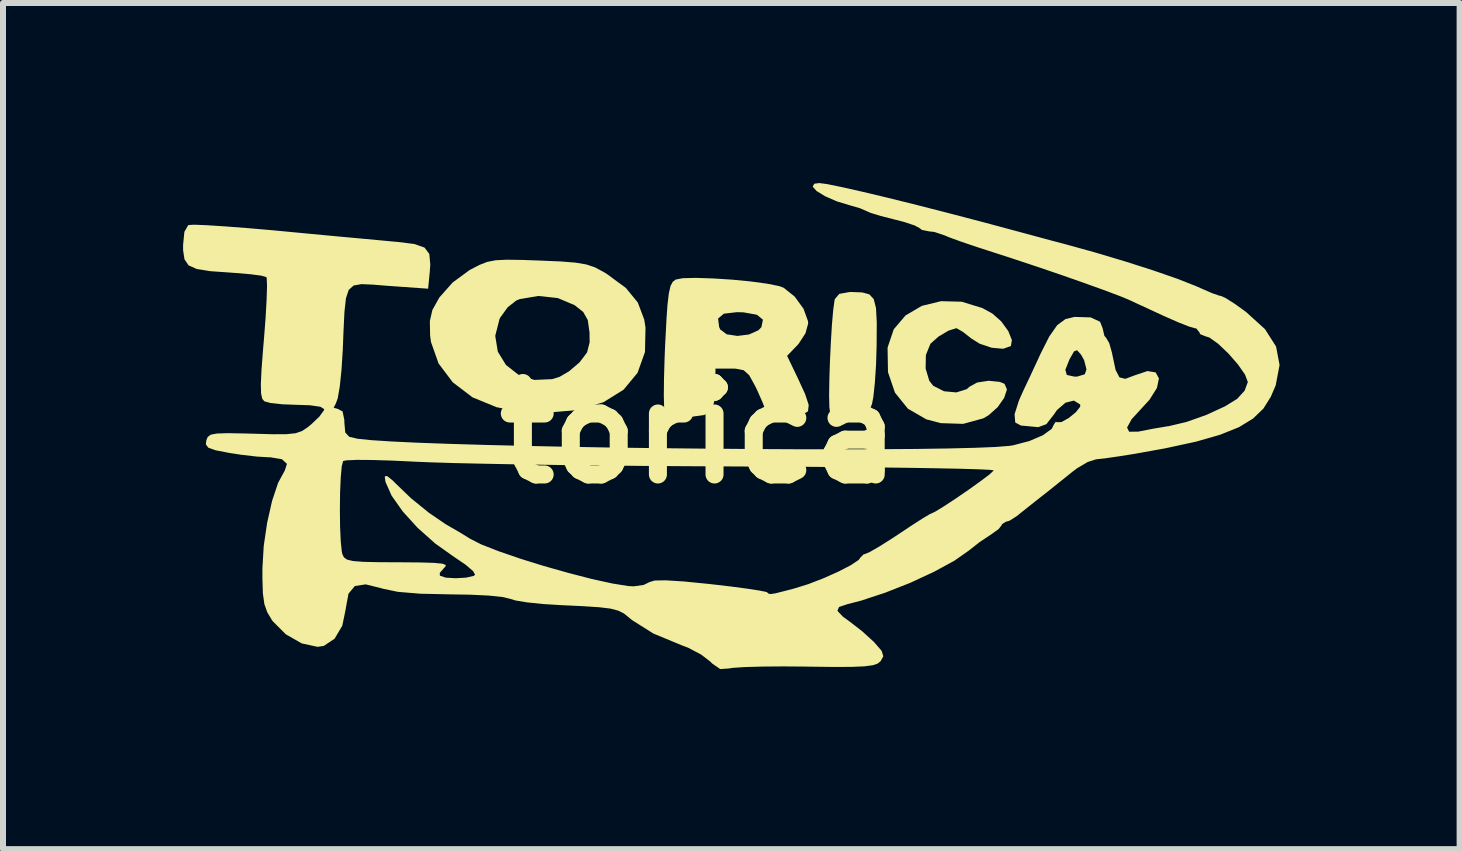
<source format=kicad_pcb>
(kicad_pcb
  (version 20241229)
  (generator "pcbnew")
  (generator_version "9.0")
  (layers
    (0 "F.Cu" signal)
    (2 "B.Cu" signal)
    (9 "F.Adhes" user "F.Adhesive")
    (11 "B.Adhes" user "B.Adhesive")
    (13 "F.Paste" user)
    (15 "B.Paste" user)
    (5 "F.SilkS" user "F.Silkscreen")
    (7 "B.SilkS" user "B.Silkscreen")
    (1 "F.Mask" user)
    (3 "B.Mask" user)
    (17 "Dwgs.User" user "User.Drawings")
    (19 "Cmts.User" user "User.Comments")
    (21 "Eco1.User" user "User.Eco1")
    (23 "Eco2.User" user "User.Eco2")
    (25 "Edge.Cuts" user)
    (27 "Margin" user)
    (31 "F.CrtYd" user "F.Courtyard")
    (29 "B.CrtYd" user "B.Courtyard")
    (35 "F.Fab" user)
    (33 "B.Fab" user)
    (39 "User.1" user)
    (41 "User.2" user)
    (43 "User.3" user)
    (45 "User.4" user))
  (footprint "torica"
    (layer "F.Cu")
    (at 8.601 4.166)
    (property "Reference" "torica" (at 0 0 0) (layer "F.SilkS") (effects (font (size 1.524 1.524) (thickness 0.3))))
    (attr board_only exclude_from_pos_files exclude_from_bom)
    (fp_poly (pts (xy 2.715 -2.344) (xy 2.833 -2.312) (xy 2.906 -2.233) (xy 2.944 -2.085) (xy 2.957 -1.846) (xy 2.955 -1.497) (xy 2.955 -1.471) (xy 2.945 -1.14) (xy 2.925 -0.838) (xy 2.9 -0.602) (xy 2.878 -0.487) (xy 2.825 -0.35) (xy 2.744 -0.287) (xy 2.592 -0.269) (xy 2.519 -0.269) (xy 2.329 -0.285) (xy 2.201 -0.324) (xy 2.179 -0.344) (xy 2.167 -0.434) (xy 2.163 -0.627) (xy 2.167 -0.892) (xy 2.177 -1.198) (xy 2.192 -1.513) (xy 2.21 -1.808) (xy 2.231 -2.05) (xy 2.253 -2.209) (xy 2.259 -2.234) (xy 2.333 -2.32) (xy 2.502 -2.35) (xy 2.541 -2.351)) (stroke (width 0) (type solid)) (fill yes) (layer "F.SilkS"))
    (fp_poly (pts (xy 4.372 -2.189) (xy 4.717 -2.083) (xy 4.884 -1.991) (xy 5.032 -1.86) (xy 5.148 -1.7) (xy 5.208 -1.55) (xy 5.191 -1.45) (xy 5.063 -1.405) (xy 4.873 -1.422) (xy 4.67 -1.49) (xy 4.529 -1.579) (xy 4.39 -1.688) (xy 4.291 -1.745) (xy 4.279 -1.747) (xy 4.15 -1.706) (xy 3.988 -1.61) (xy 3.859 -1.496) (xy 3.849 -1.484) (xy 3.775 -1.3) (xy 3.771 -1.075) (xy 3.832 -0.872) (xy 3.898 -0.788) (xy 4.078 -0.697) (xy 4.283 -0.678) (xy 4.456 -0.732) (xy 4.502 -0.773) (xy 4.63 -0.843) (xy 4.821 -0.872) (xy 5.008 -0.853) (xy 5.086 -0.821) (xy 5.126 -0.728) (xy 5.08 -0.588) (xy 4.971 -0.432) (xy 4.818 -0.296) (xy 4.732 -0.246) (xy 4.396 -0.154) (xy 4.021 -0.166) (xy 3.783 -0.229) (xy 3.476 -0.406) (xy 3.26 -0.674) (xy 3.144 -1.015) (xy 3.137 -1.413) (xy 3.14 -1.434) (xy 3.24 -1.73) (xy 3.437 -1.961) (xy 3.708 -2.12) (xy 4.028 -2.198)) (stroke (width 0) (type solid)) (fill yes) (layer "F.SilkS"))
    (fp_poly (pts (xy -2.942 -2.885) (xy -2.663 -2.875) (xy -2.311 -2.86) (xy -2.062 -2.84) (xy -1.883 -2.81) (xy -1.742 -2.763) (xy -1.607 -2.692) (xy -1.535 -2.648) (xy -1.224 -2.419) (xy -1.025 -2.177) (xy -0.918 -1.894) (xy -0.896 -1.759) (xy -0.905 -1.351) (xy -1.029 -1.004) (xy -1.262 -0.723) (xy -1.596 -0.515) (xy -2.024 -0.385) (xy -2.539 -0.34) (xy -2.573 -0.341) (xy -2.873 -0.356) (xy -3.172 -0.391) (xy -3.379 -0.432) (xy -3.779 -0.596) (xy -4.107 -0.846) (xy -4.344 -1.16) (xy -4.471 -1.52) (xy -4.484 -1.62) (xy -3.4 -1.62) (xy -3.357 -1.357) (xy -3.221 -1.135) (xy -3.011 -0.971) (xy -2.748 -0.886) (xy -2.452 -0.899) (xy -2.329 -0.937) (xy -2.171 -1.029) (xy -2.004 -1.171) (xy -1.987 -1.189) (xy -1.87 -1.344) (xy -1.827 -1.512) (xy -1.829 -1.678) (xy -1.858 -1.884) (xy -1.934 -2.018) (xy -2.076 -2.131) (xy -2.357 -2.25) (xy -2.683 -2.285) (xy -2.993 -2.232) (xy -3.051 -2.208) (xy -3.193 -2.096) (xy -3.317 -1.924) (xy -3.328 -1.903) (xy -3.4 -1.62) (xy -4.484 -1.62) (xy -4.485 -1.627) (xy -4.489 -1.868) (xy -4.447 -2.051) (xy -4.338 -2.247) (xy -4.327 -2.264) (xy -4.109 -2.51) (xy -3.828 -2.716) (xy -3.809 -2.726) (xy -3.663 -2.802) (xy -3.535 -2.852) (xy -3.393 -2.88) (xy -3.206 -2.889)) (stroke (width 0) (type solid)) (fill yes) (layer "F.SilkS"))
    (fp_poly (pts (xy 0.229 -2.577) (xy 0.543 -2.557) (xy 0.854 -2.527) (xy 1.127 -2.49) (xy 1.329 -2.45) (xy 1.405 -2.422) (xy 1.589 -2.275) (xy 1.737 -2.071) (xy 1.811 -1.866) (xy 1.814 -1.826) (xy 1.769 -1.663) (xy 1.657 -1.491) (xy 1.639 -1.47) (xy 1.463 -1.287) (xy 1.635 -0.929) (xy 1.763 -0.651) (xy 1.823 -0.469) (xy 1.811 -0.363) (xy 1.722 -0.309) (xy 1.551 -0.286) (xy 1.494 -0.282) (xy 1.28 -0.278) (xy 1.164 -0.302) (xy 1.11 -0.365) (xy 1.104 -0.383) (xy 1.053 -0.515) (xy 0.968 -0.707) (xy 0.928 -0.79) (xy 0.831 -0.965) (xy 0.739 -1.048) (xy 0.603 -1.074) (xy 0.528 -1.075) (xy 0.269 -1.075) (xy 0.269 -0.753) (xy 0.253 -0.545) (xy 0.213 -0.389) (xy 0.188 -0.349) (xy 0.075 -0.3) (xy -0.109 -0.275) (xy -0.313 -0.273) (xy -0.486 -0.295) (xy -0.574 -0.341) (xy -0.586 -0.43) (xy -0.591 -0.628) (xy -0.588 -0.91) (xy -0.578 -1.252) (xy -0.57 -1.451) (xy -0.549 -1.851) (xy -0.546 -1.909) (xy 0.313 -1.909) (xy 0.331 -1.767) (xy 0.349 -1.727) (xy 0.457 -1.646) (xy 0.635 -1.619) (xy 0.828 -1.643) (xy 0.986 -1.714) (xy 1.035 -1.766) (xy 1.06 -1.89) (xy 0.96 -1.972) (xy 0.737 -2.012) (xy 0.627 -2.015) (xy 0.41 -1.99) (xy 0.313 -1.909) (xy -0.546 -1.909) (xy -0.53 -2.138) (xy -0.507 -2.331) (xy -0.479 -2.452) (xy -0.442 -2.521) (xy -0.394 -2.558) (xy -0.274 -2.581) (xy -0.055 -2.586)) (stroke (width 0) (type solid)) (fill yes) (layer "F.SilkS"))
    (fp_poly (pts (xy 2.129 -4.149) (xy 2.373 -4.099) (xy 2.715 -4.022) (xy 3.139 -3.921) (xy 3.631 -3.799) (xy 4.173 -3.66) (xy 4.75 -3.509) (xy 5.342 -3.35) (xy 5.623 -3.274) (xy 5.894 -3.201) (xy 6.081 -3.152) (xy 6.594 -3.01) (xy 7.096 -2.86) (xy 7.562 -2.711) (xy 7.963 -2.572) (xy 8.271 -2.451) (xy 8.362 -2.411) (xy 8.539 -2.333) (xy 8.667 -2.289) (xy 8.692 -2.285) (xy 8.775 -2.247) (xy 8.93 -2.148) (xy 9.11 -2.018) (xy 9.425 -1.732) (xy 9.61 -1.442) (xy 9.668 -1.134) (xy 9.604 -0.797) (xy 9.522 -0.605) (xy 9.399 -0.409) (xy 9.227 -0.243) (xy 8.992 -0.099) (xy 8.679 0.027) (xy 8.274 0.143) (xy 7.761 0.254) (xy 7.257 0.345) (xy 6.992 0.387) (xy 6.764 0.42) (xy 6.618 0.436) (xy 6.61 0.437) (xy 6.472 0.481) (xy 6.293 0.587) (xy 6.221 0.641) (xy 6.013 0.808) (xy 5.779 0.995) (xy 5.692 1.063) (xy 5.507 1.209) (xy 5.349 1.335) (xy 5.291 1.382) (xy 5.17 1.459) (xy 5.106 1.478) (xy 5.041 1.519) (xy 5.04 1.531) (xy 4.988 1.598) (xy 4.862 1.689) (xy 4.855 1.693) (xy 4.668 1.818) (xy 4.487 1.96) (xy 4.247 2.128) (xy 3.912 2.31) (xy 3.518 2.493) (xy 3.1 2.658) (xy 2.693 2.792) (xy 2.469 2.85) (xy 2.328 2.897) (xy 2.301 2.961) (xy 2.391 3.057) (xy 2.508 3.142) (xy 2.711 3.299) (xy 2.907 3.477) (xy 2.921 3.492) (xy 3.038 3.628) (xy 3.066 3.718) (xy 3.021 3.8) (xy 2.972 3.84) (xy 2.888 3.868) (xy 2.75 3.886) (xy 2.538 3.895) (xy 2.233 3.896) (xy 1.815 3.891) (xy 1.784 3.89) (xy 1.395 3.887) (xy 1.044 3.89) (xy 0.757 3.898) (xy 0.56 3.911) (xy 0.488 3.922) (xy 0.348 3.931) (xy 0.212 3.837) (xy 0.186 3.809) (xy 0.031 3.69) (xy -0.188 3.575) (xy -0.298 3.533) (xy -0.766 3.339) (xy -1.121 3.115) (xy -1.173 3.072) (xy -1.256 3.005) (xy -1.35 2.958) (xy -1.48 2.924) (xy -1.67 2.901) (xy -1.946 2.883) (xy -2.291 2.867) (xy -2.601 2.848) (xy -2.872 2.82) (xy -3.069 2.787) (xy -3.144 2.763) (xy -3.27 2.732) (xy -3.505 2.707) (xy -3.823 2.692) (xy -4.145 2.687) (xy -4.647 2.676) (xy -5.021 2.645) (xy -5.275 2.592) (xy -5.289 2.587) (xy -5.559 2.52) (xy -5.739 2.548) (xy -5.845 2.676) (xy -5.889 2.915) (xy -5.889 2.922) (xy -5.948 3.209) (xy -6.076 3.425) (xy -6.255 3.545) (xy -6.359 3.561) (xy -6.623 3.504) (xy -6.888 3.353) (xy -7.104 3.137) (xy -7.121 3.114) (xy -7.198 2.985) (xy -7.246 2.85) (xy -7.271 2.673) (xy -7.279 2.417) (xy -7.279 2.257) (xy -7.257 1.881) (xy -7.2 1.493) (xy -7.151 1.277) (xy -5.988 1.277) (xy -5.985 1.558) (xy -5.974 1.802) (xy -5.956 1.974) (xy -5.947 2.016) (xy -5.92 2.071) (xy -5.868 2.108) (xy -5.766 2.132) (xy -5.593 2.145) (xy -5.326 2.151) (xy -5.018 2.152) (xy -4.659 2.155) (xy -4.418 2.162) (xy -4.277 2.176) (xy -4.222 2.199) (xy -4.235 2.231) (xy -4.249 2.243) (xy -4.324 2.329) (xy -4.322 2.375) (xy -4.225 2.408) (xy -4.059 2.418) (xy -3.885 2.408) (xy -3.759 2.379) (xy -3.735 2.361) (xy -3.769 2.299) (xy -3.893 2.193) (xy -4.08 2.066) (xy -4.084 2.064) (xy -4.399 1.84) (xy -4.692 1.579) (xy -4.941 1.305) (xy -5.127 1.041) (xy -5.229 0.811) (xy -5.241 0.721) (xy -5.202 0.715) (xy -5.105 0.792) (xy -5.056 0.842) (xy -4.802 1.086) (xy -4.505 1.327) (xy -4.224 1.519) (xy -4.169 1.551) (xy -3.975 1.663) (xy -3.817 1.761) (xy -3.632 1.855) (xy -3.346 1.967) (xy -2.989 2.09) (xy -2.59 2.214) (xy -2.18 2.33) (xy -1.789 2.431) (xy -1.447 2.506) (xy -1.185 2.548) (xy -1.093 2.553) (xy -0.928 2.53) (xy -0.829 2.482) (xy -0.744 2.456) (xy -0.556 2.453) (xy -0.255 2.472) (xy 0.167 2.514) (xy 0.505 2.553) (xy 0.793 2.591) (xy 1.006 2.624) (xy 1.118 2.647) (xy 1.129 2.652) (xy 1.154 2.675) (xy 1.19 2.682) (xy 1.271 2.669) (xy 1.429 2.629) (xy 1.582 2.589) (xy 1.817 2.516) (xy 2.073 2.417) (xy 2.319 2.307) (xy 2.524 2.201) (xy 2.656 2.113) (xy 2.688 2.069) (xy 2.74 2.018) (xy 2.758 2.016) (xy 2.842 1.98) (xy 3.007 1.885) (xy 3.223 1.748) (xy 3.326 1.68) (xy 3.55 1.531) (xy 3.73 1.416) (xy 3.838 1.352) (xy 3.856 1.344) (xy 3.932 1.308) (xy 4.082 1.216) (xy 4.278 1.087) (xy 4.488 0.943) (xy 4.682 0.804) (xy 4.831 0.692) (xy 4.903 0.626) (xy 4.905 0.621) (xy 4.84 0.612) (xy 4.651 0.603) (xy 4.351 0.594) (xy 3.951 0.586) (xy 3.461 0.578) (xy 2.893 0.571) (xy 2.259 0.565) (xy 1.57 0.56) (xy 0.836 0.557) (xy 0.653 0.556) (xy -0.131 0.552) (xy -0.905 0.547) (xy -1.654 0.539) (xy -2.363 0.531) (xy -3.015 0.521) (xy -3.596 0.51) (xy -4.088 0.499) (xy -4.477 0.487) (xy -4.739 0.476) (xy -5.119 0.458) (xy -5.451 0.448) (xy -5.713 0.446) (xy -5.882 0.454) (xy -5.934 0.465) (xy -5.957 0.552) (xy -5.974 0.74) (xy -5.985 0.992) (xy -5.988 1.277) (xy -7.151 1.277) (xy -7.118 1.13) (xy -7.017 0.828) (xy -6.907 0.625) (xy -6.906 0.625) (xy -6.87 0.512) (xy -6.954 0.435) (xy -7.146 0.403) (xy -7.172 0.403) (xy -7.373 0.391) (xy -7.637 0.36) (xy -7.832 0.33) (xy -8.059 0.286) (xy -8.18 0.243) (xy -8.221 0.188) (xy -8.214 0.123) (xy -8.19 0.064) (xy -8.139 0.026) (xy -8.037 0.007) (xy -7.859 0.001) (xy -7.582 0.006) (xy -7.429 0.01) (xy -7.1 0.019) (xy -6.876 0.018) (xy -6.726 0.002) (xy -6.62 -0.034) (xy -6.528 -0.095) (xy -6.464 -0.147) (xy -6.33 -0.275) (xy -6.255 -0.378) (xy -6.249 -0.399) (xy -6.313 -0.439) (xy -6.488 -0.464) (xy -6.703 -0.471) (xy -6.947 -0.48) (xy -7.145 -0.502) (xy -7.247 -0.53) (xy -7.282 -0.573) (xy -7.301 -0.661) (xy -7.305 -0.814) (xy -7.294 -1.052) (xy -7.268 -1.396) (xy -7.253 -1.571) (xy -7.226 -1.921) (xy -7.209 -2.222) (xy -7.202 -2.45) (xy -7.207 -2.579) (xy -7.213 -2.599) (xy -7.296 -2.623) (xy -7.479 -2.647) (xy -7.727 -2.668) (xy -7.811 -2.674) (xy -8.148 -2.698) (xy -8.373 -2.734) (xy -8.509 -2.795) (xy -8.577 -2.895) (xy -8.6 -3.045) (xy -8.601 -3.129) (xy -8.579 -3.354) (xy -8.516 -3.463) (xy -8.508 -3.467) (xy -8.416 -3.472) (xy -8.211 -3.464) (xy -7.914 -3.445) (xy -7.545 -3.417) (xy -7.126 -3.381) (xy -6.945 -3.364) (xy -6.482 -3.32) (xy -6.035 -3.278) (xy -5.631 -3.241) (xy -5.297 -3.21) (xy -5.063 -3.188) (xy -5.022 -3.185) (xy -4.745 -3.15) (xy -4.578 -3.091) (xy -4.498 -2.985) (xy -4.482 -2.81) (xy -4.491 -2.683) (xy -4.518 -2.406) (xy -5.179 -2.453) (xy -5.441 -2.474) (xy -5.63 -2.482) (xy -5.759 -2.459) (xy -5.841 -2.386) (xy -5.887 -2.247) (xy -5.912 -2.022) (xy -5.928 -1.695) (xy -5.94 -1.387) (xy -5.961 -1.056) (xy -5.99 -0.777) (xy -6.024 -0.58) (xy -6.054 -0.497) (xy -6.092 -0.422) (xy -6.022 -0.403) (xy -5.943 -0.361) (xy -5.914 -0.219) (xy -5.913 -0.171) (xy -5.899 -0.011) (xy -5.832 0.062) (xy -5.695 0.094) (xy -5.473 0.117) (xy -5.136 0.139) (xy -4.696 0.16) (xy -4.168 0.179) (xy -3.565 0.197) (xy -2.9 0.213) (xy -2.187 0.228) (xy -1.44 0.241) (xy -0.672 0.251) (xy 0.103 0.259) (xy 0.871 0.265) (xy 1.62 0.269) (xy 2.336 0.27) (xy 3.004 0.268) (xy 3.612 0.264) (xy 4.145 0.256) (xy 4.591 0.245) (xy 4.936 0.231) (xy 5.165 0.213) (xy 5.226 0.204) (xy 5.5 0.132) (xy 5.726 0.035) (xy 5.872 -0.071) (xy 5.913 -0.153) (xy 5.942 -0.191) (xy 5.956 -0.181) (xy 6.034 -0.184) (xy 6.155 -0.251) (xy 6.274 -0.348) (xy 6.346 -0.439) (xy 6.347 -0.476) (xy 6.242 -0.542) (xy 6.102 -0.507) (xy 5.96 -0.385) (xy 5.91 -0.312) (xy 5.783 -0.149) (xy 5.65 -0.1) (xy 5.626 -0.101) (xy 5.448 -0.118) (xy 5.359 -0.126) (xy 5.264 -0.177) (xy 5.253 -0.314) (xy 5.326 -0.544) (xy 5.4 -0.71) (xy 5.519 -0.961) (xy 5.562 -1.055) (xy 6.099 -1.055) (xy 6.123 -0.969) (xy 6.25 -0.941) (xy 6.294 -0.941) (xy 6.423 -0.98) (xy 6.451 -1.062) (xy 6.412 -1.214) (xy 6.36 -1.308) (xy 6.294 -1.381) (xy 6.243 -1.361) (xy 6.171 -1.234) (xy 6.166 -1.224) (xy 6.099 -1.055) (xy 5.562 -1.055) (xy 5.637 -1.215) (xy 5.68 -1.31) (xy 5.83 -1.608) (xy 5.963 -1.798) (xy 6.101 -1.9) (xy 6.252 -1.936) (xy 6.52 -1.928) (xy 6.677 -1.856) (xy 6.72 -1.747) (xy 6.749 -1.622) (xy 6.781 -1.583) (xy 6.831 -1.497) (xy 6.877 -1.334) (xy 6.885 -1.292) (xy 6.936 -1.052) (xy 7.001 -0.928) (xy 7.098 -0.904) (xy 7.248 -0.96) (xy 7.253 -0.962) (xy 7.467 -1.034) (xy 7.604 -1.011) (xy 7.658 -0.911) (xy 7.625 -0.753) (xy 7.501 -0.556) (xy 7.392 -0.437) (xy 7.203 -0.231) (xy 7.127 -0.092) (xy 7.162 -0.023) (xy 7.311 -0.024) (xy 7.341 -0.03) (xy 7.561 -0.073) (xy 7.804 -0.114) (xy 7.827 -0.117) (xy 8.122 -0.187) (xy 8.453 -0.305) (xy 8.761 -0.447) (xy 8.961 -0.57) (xy 9.086 -0.707) (xy 9.139 -0.85) (xy 9.139 -0.852) (xy 9.092 -0.976) (xy 8.973 -1.146) (xy 8.814 -1.328) (xy 8.645 -1.488) (xy 8.5 -1.592) (xy 8.433 -1.613) (xy 8.344 -1.649) (xy 8.332 -1.68) (xy 8.28 -1.744) (xy 8.258 -1.747) (xy 8.164 -1.774) (xy 7.985 -1.844) (xy 7.76 -1.943) (xy 7.737 -1.953) (xy 7.497 -2.064) (xy 7.289 -2.16) (xy 7.159 -2.22) (xy 7.156 -2.222) (xy 6.992 -2.289) (xy 6.728 -2.388) (xy 6.391 -2.509) (xy 6.009 -2.643) (xy 5.609 -2.779) (xy 5.22 -2.908) (xy 4.939 -2.999) (xy 4.633 -3.098) (xy 4.367 -3.188) (xy 4.172 -3.259) (xy 4.083 -3.296) (xy 3.914 -3.352) (xy 3.835 -3.36) (xy 3.71 -3.385) (xy 3.669 -3.416) (xy 3.59 -3.459) (xy 3.419 -3.516) (xy 3.245 -3.561) (xy 3.025 -3.617) (xy 2.855 -3.669) (xy 2.789 -3.698) (xy 2.679 -3.746) (xy 2.52 -3.792) (xy 2.289 -3.862) (xy 2.095 -3.947) (xy 1.955 -4.033) (xy 1.889 -4.107) (xy 1.916 -4.155) (xy 1.999 -4.166)) (stroke (width 0) (type solid)) (fill yes) (layer "F.SilkS")))
  (gr_rect
    (start -3 -3)
    (end 21.269 11.097)
    (stroke (width 0.1) (type default))
    (fill no)
    (layer "Edge.Cuts")))
</source>
